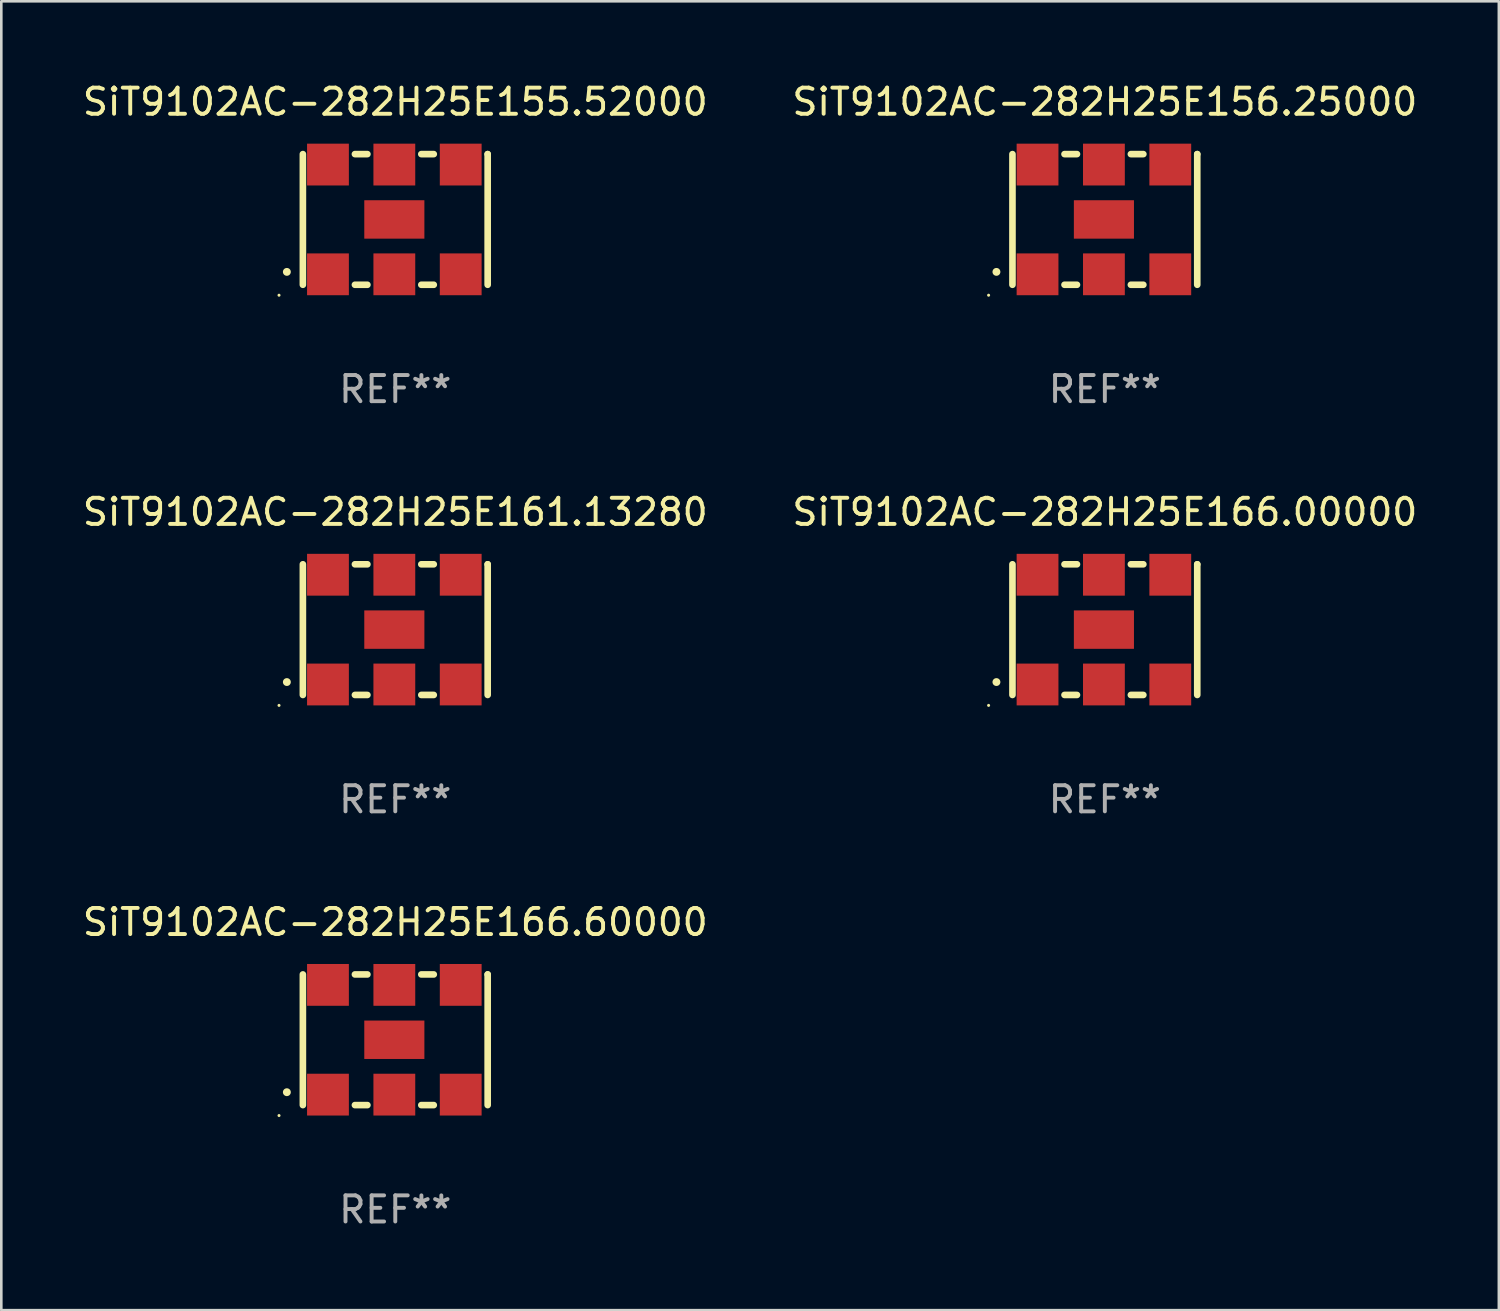
<source format=kicad_pcb>
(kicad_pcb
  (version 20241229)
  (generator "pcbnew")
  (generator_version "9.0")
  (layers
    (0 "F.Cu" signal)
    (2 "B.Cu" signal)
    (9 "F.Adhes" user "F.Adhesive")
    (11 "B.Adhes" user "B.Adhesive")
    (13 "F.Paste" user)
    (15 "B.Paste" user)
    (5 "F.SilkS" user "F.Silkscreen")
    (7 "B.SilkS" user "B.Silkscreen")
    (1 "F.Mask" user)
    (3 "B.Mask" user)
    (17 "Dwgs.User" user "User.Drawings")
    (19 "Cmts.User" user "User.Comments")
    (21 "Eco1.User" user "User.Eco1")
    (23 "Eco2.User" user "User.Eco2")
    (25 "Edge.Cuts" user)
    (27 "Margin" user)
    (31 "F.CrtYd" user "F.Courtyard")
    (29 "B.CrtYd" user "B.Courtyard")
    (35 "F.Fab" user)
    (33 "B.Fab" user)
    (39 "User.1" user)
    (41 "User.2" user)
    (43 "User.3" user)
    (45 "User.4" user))
  (footprint "SiT9102AC-282H25E155.52000"
    (layer "F.Cu")
    (at 12.077 5.348)
    (property "Reference" "SiT9102AC-282H25E155.52000" (at 0 -4.5 0) (layer "F.SilkS") (effects (font (size 1 1) (thickness 0.15))))
    (attr through_hole)
    (fp_line (start -3.536 -2.5) (end -3.536 2.5) (stroke (width 0.254) (type solid)) (layer "F.SilkS"))
    (fp_line (start -1.544 2.5) (end -1.067 2.5) (stroke (width 0.254) (type solid)) (layer "F.SilkS"))
    (fp_line (start -1.067 -2.5) (end -1.544 -2.5) (stroke (width 0.254) (type solid)) (layer "F.SilkS"))
    (fp_line (start 0.996 2.5) (end 1.473 2.5) (stroke (width 0.254) (type solid)) (layer "F.SilkS"))
    (fp_line (start 1.473 -2.5) (end 0.996 -2.5) (stroke (width 0.254) (type solid)) (layer "F.SilkS"))
    (fp_line (start 3.536 -2.5) (end 3.536 -2.5) (stroke (width 0.254) (type solid)) (layer "F.SilkS"))
    (fp_line (start 3.536 2.5) (end 3.536 -2.5) (stroke (width 0.254) (type solid)) (layer "F.SilkS"))
    (fp_arc (start -4.150432 2.006604) (mid -4.149162 2.006599) (end -4.147892 2.006604) (stroke (width 0.3) (type solid)) (layer "F.SilkS"))
    (fp_circle (center -4.449 2.9) (end -4.419 2.9) (stroke (width 0.06) (type solid)) (fill no) (layer "F.SilkS"))
    (fp_text user "REF**" (at 0 6.5 0) (layer "F.Fab") (effects (font (size 1 1) (thickness 0.15))))
    (pad "1" smd rect (at -2.576 2.1) (size 1.6 1.6) (layers "F.Cu" "F.Mask" "F.Paste"))
    (pad "2" smd rect (at -0.036 2.1) (size 1.6 1.6) (layers "F.Cu" "F.Mask" "F.Paste"))
    (pad "3" smd rect (at 2.504 2.1) (size 1.6 1.6) (layers "F.Cu" "F.Mask" "F.Paste"))
    (pad "4" smd rect (at 2.504 -2.1) (size 1.6 1.6) (layers "F.Cu" "F.Mask" "F.Paste"))
    (pad "5" smd rect (at -0.036 -2.1) (size 1.6 1.6) (layers "F.Cu" "F.Mask" "F.Paste"))
    (pad "6" smd rect (at -2.576 -2.1) (size 1.6 1.6) (layers "F.Cu" "F.Mask" "F.Paste"))
    (pad "7" smd rect (at -0.036 0) (size 2.3 1.47) (layers "F.Cu" "F.Mask" "F.Paste")))
  (footprint "SiT9102AC-282H25E156.25000"
    (layer "F.Cu")
    (at 39.232 5.348)
    (property "Reference" "SiT9102AC-282H25E156.25000" (at 0 -4.5 0) (layer "F.SilkS") (effects (font (size 1 1) (thickness 0.15))))
    (attr through_hole)
    (fp_line (start -3.536 -2.5) (end -3.536 2.5) (stroke (width 0.254) (type solid)) (layer "F.SilkS"))
    (fp_line (start -1.544 2.5) (end -1.067 2.5) (stroke (width 0.254) (type solid)) (layer "F.SilkS"))
    (fp_line (start -1.067 -2.5) (end -1.544 -2.5) (stroke (width 0.254) (type solid)) (layer "F.SilkS"))
    (fp_line (start 0.996 2.5) (end 1.473 2.5) (stroke (width 0.254) (type solid)) (layer "F.SilkS"))
    (fp_line (start 1.473 -2.5) (end 0.996 -2.5) (stroke (width 0.254) (type solid)) (layer "F.SilkS"))
    (fp_line (start 3.536 -2.5) (end 3.536 -2.5) (stroke (width 0.254) (type solid)) (layer "F.SilkS"))
    (fp_line (start 3.536 2.5) (end 3.536 -2.5) (stroke (width 0.254) (type solid)) (layer "F.SilkS"))
    (fp_arc (start -4.150432 2.006604) (mid -4.149162 2.006599) (end -4.147892 2.006604) (stroke (width 0.3) (type solid)) (layer "F.SilkS"))
    (fp_circle (center -4.449 2.9) (end -4.419 2.9) (stroke (width 0.06) (type solid)) (fill no) (layer "F.SilkS"))
    (fp_text user "REF**" (at 0 6.5 0) (layer "F.Fab") (effects (font (size 1 1) (thickness 0.15))))
    (pad "1" smd rect (at -2.576 2.1) (size 1.6 1.6) (layers "F.Cu" "F.Mask" "F.Paste"))
    (pad "2" smd rect (at -0.036 2.1) (size 1.6 1.6) (layers "F.Cu" "F.Mask" "F.Paste"))
    (pad "3" smd rect (at 2.504 2.1) (size 1.6 1.6) (layers "F.Cu" "F.Mask" "F.Paste"))
    (pad "4" smd rect (at 2.504 -2.1) (size 1.6 1.6) (layers "F.Cu" "F.Mask" "F.Paste"))
    (pad "5" smd rect (at -0.036 -2.1) (size 1.6 1.6) (layers "F.Cu" "F.Mask" "F.Paste"))
    (pad "6" smd rect (at -2.576 -2.1) (size 1.6 1.6) (layers "F.Cu" "F.Mask" "F.Paste"))
    (pad "7" smd rect (at -0.036 0) (size 2.3 1.47) (layers "F.Cu" "F.Mask" "F.Paste")))
  (footprint "SiT9102AC-282H25E166.60000"
    (layer "F.Cu")
    (at 12.077 36.741)
    (property "Reference" "SiT9102AC-282H25E166.60000" (at 0 -4.5 0) (layer "F.SilkS") (effects (font (size 1 1) (thickness 0.15))))
    (attr through_hole)
    (fp_line (start -3.536 -2.5) (end -3.536 2.5) (stroke (width 0.254) (type solid)) (layer "F.SilkS"))
    (fp_line (start -1.544 2.5) (end -1.067 2.5) (stroke (width 0.254) (type solid)) (layer "F.SilkS"))
    (fp_line (start -1.067 -2.5) (end -1.544 -2.5) (stroke (width 0.254) (type solid)) (layer "F.SilkS"))
    (fp_line (start 0.996 2.5) (end 1.473 2.5) (stroke (width 0.254) (type solid)) (layer "F.SilkS"))
    (fp_line (start 1.473 -2.5) (end 0.996 -2.5) (stroke (width 0.254) (type solid)) (layer "F.SilkS"))
    (fp_line (start 3.536 -2.5) (end 3.536 -2.5) (stroke (width 0.254) (type solid)) (layer "F.SilkS"))
    (fp_line (start 3.536 2.5) (end 3.536 -2.5) (stroke (width 0.254) (type solid)) (layer "F.SilkS"))
    (fp_arc (start -4.150432 2.006604) (mid -4.149162 2.006599) (end -4.147892 2.006604) (stroke (width 0.3) (type solid)) (layer "F.SilkS"))
    (fp_circle (center -4.449 2.9) (end -4.419 2.9) (stroke (width 0.06) (type solid)) (fill no) (layer "F.SilkS"))
    (fp_text user "REF**" (at 0 6.5 0) (layer "F.Fab") (effects (font (size 1 1) (thickness 0.15))))
    (pad "1" smd rect (at -2.576 2.1) (size 1.6 1.6) (layers "F.Cu" "F.Mask" "F.Paste"))
    (pad "2" smd rect (at -0.036 2.1) (size 1.6 1.6) (layers "F.Cu" "F.Mask" "F.Paste"))
    (pad "3" smd rect (at 2.504 2.1) (size 1.6 1.6) (layers "F.Cu" "F.Mask" "F.Paste"))
    (pad "4" smd rect (at 2.504 -2.1) (size 1.6 1.6) (layers "F.Cu" "F.Mask" "F.Paste"))
    (pad "5" smd rect (at -0.036 -2.1) (size 1.6 1.6) (layers "F.Cu" "F.Mask" "F.Paste"))
    (pad "6" smd rect (at -2.576 -2.1) (size 1.6 1.6) (layers "F.Cu" "F.Mask" "F.Paste"))
    (pad "7" smd rect (at -0.036 0) (size 2.3 1.47) (layers "F.Cu" "F.Mask" "F.Paste")))
  (footprint "SiT9102AC-282H25E161.13280"
    (layer "F.Cu")
    (at 12.077 21.045)
    (property "Reference" "SiT9102AC-282H25E161.13280" (at 0 -4.5 0) (layer "F.SilkS") (effects (font (size 1 1) (thickness 0.15))))
    (attr through_hole)
    (fp_line (start -3.536 -2.5) (end -3.536 2.5) (stroke (width 0.254) (type solid)) (layer "F.SilkS"))
    (fp_line (start -1.544 2.5) (end -1.067 2.5) (stroke (width 0.254) (type solid)) (layer "F.SilkS"))
    (fp_line (start -1.067 -2.5) (end -1.544 -2.5) (stroke (width 0.254) (type solid)) (layer "F.SilkS"))
    (fp_line (start 0.996 2.5) (end 1.473 2.5) (stroke (width 0.254) (type solid)) (layer "F.SilkS"))
    (fp_line (start 1.473 -2.5) (end 0.996 -2.5) (stroke (width 0.254) (type solid)) (layer "F.SilkS"))
    (fp_line (start 3.536 -2.5) (end 3.536 -2.5) (stroke (width 0.254) (type solid)) (layer "F.SilkS"))
    (fp_line (start 3.536 2.5) (end 3.536 -2.5) (stroke (width 0.254) (type solid)) (layer "F.SilkS"))
    (fp_arc (start -4.150432 2.006604) (mid -4.149162 2.006599) (end -4.147892 2.006604) (stroke (width 0.3) (type solid)) (layer "F.SilkS"))
    (fp_circle (center -4.449 2.9) (end -4.419 2.9) (stroke (width 0.06) (type solid)) (fill no) (layer "F.SilkS"))
    (fp_text user "REF**" (at 0 6.5 0) (layer "F.Fab") (effects (font (size 1 1) (thickness 0.15))))
    (pad "1" smd rect (at -2.576 2.1) (size 1.6 1.6) (layers "F.Cu" "F.Mask" "F.Paste"))
    (pad "2" smd rect (at -0.036 2.1) (size 1.6 1.6) (layers "F.Cu" "F.Mask" "F.Paste"))
    (pad "3" smd rect (at 2.504 2.1) (size 1.6 1.6) (layers "F.Cu" "F.Mask" "F.Paste"))
    (pad "4" smd rect (at 2.504 -2.1) (size 1.6 1.6) (layers "F.Cu" "F.Mask" "F.Paste"))
    (pad "5" smd rect (at -0.036 -2.1) (size 1.6 1.6) (layers "F.Cu" "F.Mask" "F.Paste"))
    (pad "6" smd rect (at -2.576 -2.1) (size 1.6 1.6) (layers "F.Cu" "F.Mask" "F.Paste"))
    (pad "7" smd rect (at -0.036 0) (size 2.3 1.47) (layers "F.Cu" "F.Mask" "F.Paste")))
  (footprint "SiT9102AC-282H25E166.00000"
    (layer "F.Cu")
    (at 39.232 21.045)
    (property "Reference" "SiT9102AC-282H25E166.00000" (at 0 -4.5 0) (layer "F.SilkS") (effects (font (size 1 1) (thickness 0.15))))
    (attr through_hole)
    (fp_line (start -3.536 -2.5) (end -3.536 2.5) (stroke (width 0.254) (type solid)) (layer "F.SilkS"))
    (fp_line (start -1.544 2.5) (end -1.067 2.5) (stroke (width 0.254) (type solid)) (layer "F.SilkS"))
    (fp_line (start -1.067 -2.5) (end -1.544 -2.5) (stroke (width 0.254) (type solid)) (layer "F.SilkS"))
    (fp_line (start 0.996 2.5) (end 1.473 2.5) (stroke (width 0.254) (type solid)) (layer "F.SilkS"))
    (fp_line (start 1.473 -2.5) (end 0.996 -2.5) (stroke (width 0.254) (type solid)) (layer "F.SilkS"))
    (fp_line (start 3.536 -2.5) (end 3.536 -2.5) (stroke (width 0.254) (type solid)) (layer "F.SilkS"))
    (fp_line (start 3.536 2.5) (end 3.536 -2.5) (stroke (width 0.254) (type solid)) (layer "F.SilkS"))
    (fp_arc (start -4.150432 2.006604) (mid -4.149162 2.006599) (end -4.147892 2.006604) (stroke (width 0.3) (type solid)) (layer "F.SilkS"))
    (fp_circle (center -4.449 2.9) (end -4.419 2.9) (stroke (width 0.06) (type solid)) (fill no) (layer "F.SilkS"))
    (fp_text user "REF**" (at 0 6.5 0) (layer "F.Fab") (effects (font (size 1 1) (thickness 0.15))))
    (pad "1" smd rect (at -2.576 2.1) (size 1.6 1.6) (layers "F.Cu" "F.Mask" "F.Paste"))
    (pad "2" smd rect (at -0.036 2.1) (size 1.6 1.6) (layers "F.Cu" "F.Mask" "F.Paste"))
    (pad "3" smd rect (at 2.504 2.1) (size 1.6 1.6) (layers "F.Cu" "F.Mask" "F.Paste"))
    (pad "4" smd rect (at 2.504 -2.1) (size 1.6 1.6) (layers "F.Cu" "F.Mask" "F.Paste"))
    (pad "5" smd rect (at -0.036 -2.1) (size 1.6 1.6) (layers "F.Cu" "F.Mask" "F.Paste"))
    (pad "6" smd rect (at -2.576 -2.1) (size 1.6 1.6) (layers "F.Cu" "F.Mask" "F.Paste"))
    (pad "7" smd rect (at -0.036 0) (size 2.3 1.47) (layers "F.Cu" "F.Mask" "F.Paste")))
  (gr_rect
    (start -3 -3)
    (end 54.31 47.09)
    (stroke (width 0.1) (type default))
    (fill no)
    (layer "Edge.Cuts")))
</source>
